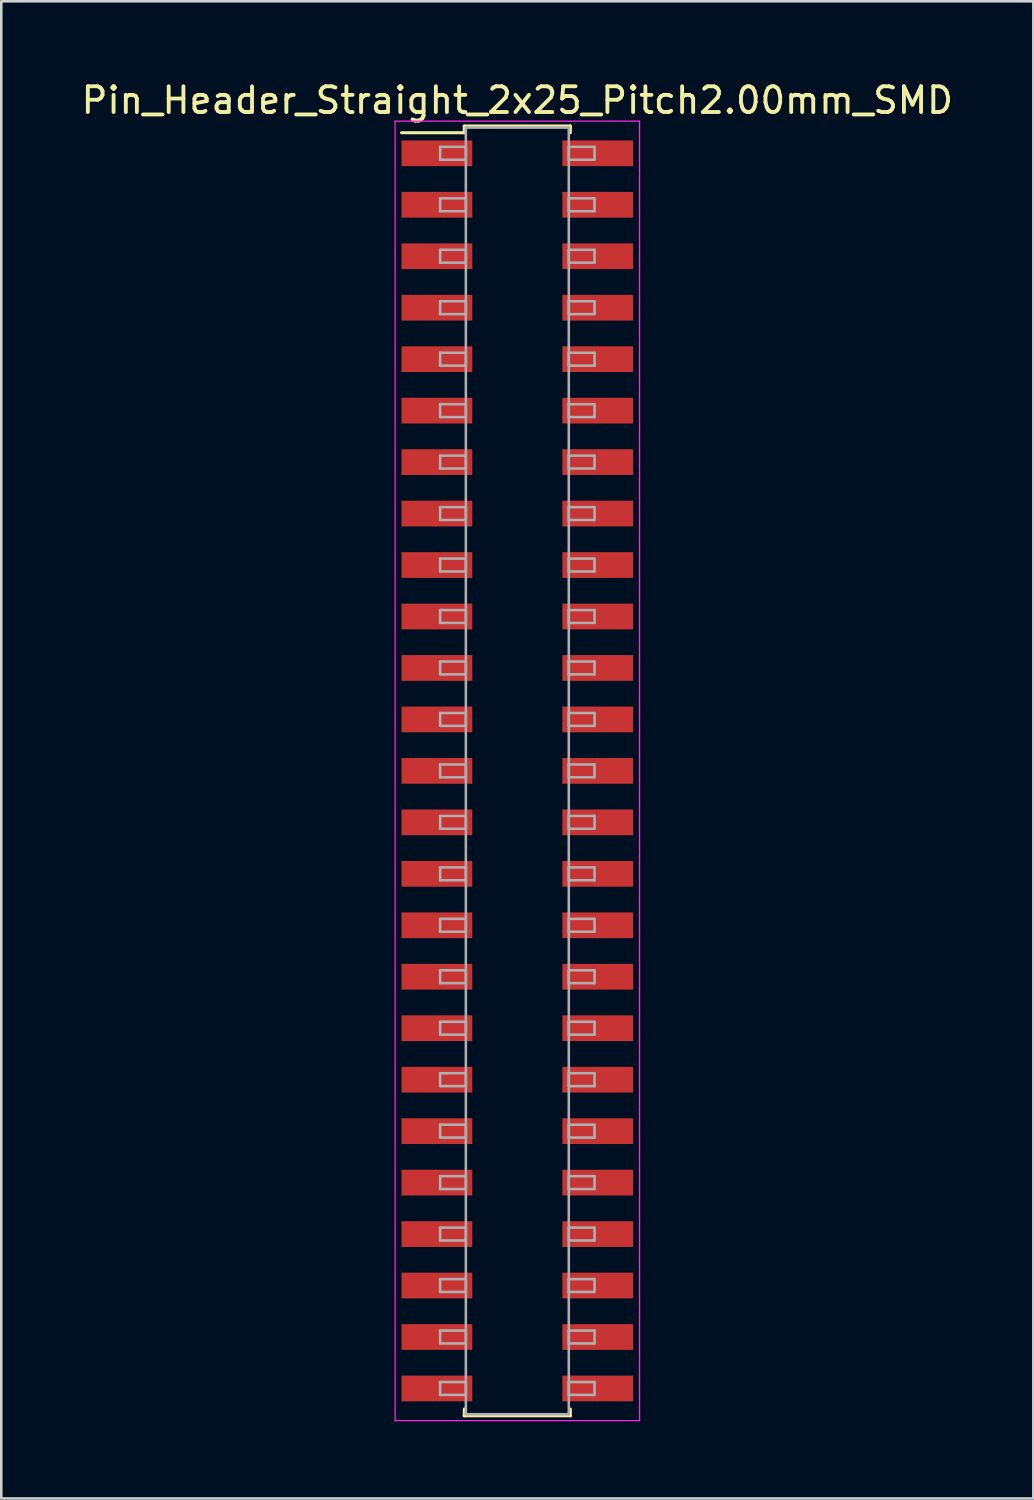
<source format=kicad_pcb>
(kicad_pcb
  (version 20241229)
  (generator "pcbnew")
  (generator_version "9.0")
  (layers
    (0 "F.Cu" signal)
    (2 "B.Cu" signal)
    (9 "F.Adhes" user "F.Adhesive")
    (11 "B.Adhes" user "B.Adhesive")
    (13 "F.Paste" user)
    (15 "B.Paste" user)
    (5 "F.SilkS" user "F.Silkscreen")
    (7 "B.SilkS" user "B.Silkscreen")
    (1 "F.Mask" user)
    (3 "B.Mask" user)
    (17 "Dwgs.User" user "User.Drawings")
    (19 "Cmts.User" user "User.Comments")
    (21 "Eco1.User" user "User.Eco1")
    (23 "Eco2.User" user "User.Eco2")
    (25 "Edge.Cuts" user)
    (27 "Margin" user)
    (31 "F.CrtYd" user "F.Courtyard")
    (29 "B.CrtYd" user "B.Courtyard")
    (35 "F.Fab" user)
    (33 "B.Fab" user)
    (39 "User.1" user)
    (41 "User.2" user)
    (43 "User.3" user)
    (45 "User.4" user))
  (footprint "Pin_Header_Straight_2x25_Pitch2.00mm_SMD"
    (layer "F.Cu")
    (at 17.054 26.908)
    (property "Reference" "Pin_Header_Straight_2x25_Pitch2.00mm_SMD" (at 0 -26.06 0) (layer "F.SilkS") (effects (font (size 1 1) (thickness 0.15))))
    (attr smd)
    (fp_line (start -4.5 -24.8) (end -2.06 -24.8) (stroke (width 0.12) (type solid)) (layer "F.SilkS"))
    (fp_line (start -2.06 -25.06) (end 2.06 -25.06) (stroke (width 0.12) (type solid)) (layer "F.SilkS"))
    (fp_line (start -2.06 -24.8) (end -2.06 -25.06) (stroke (width 0.12) (type solid)) (layer "F.SilkS"))
    (fp_line (start -2.06 24.8) (end -2.06 25.06) (stroke (width 0.12) (type solid)) (layer "F.SilkS"))
    (fp_line (start -2.06 25.06) (end 2.06 25.06) (stroke (width 0.12) (type solid)) (layer "F.SilkS"))
    (fp_line (start 2.06 -25.06) (end 2.06 -24.8) (stroke (width 0.12) (type solid)) (layer "F.SilkS"))
    (fp_line (start 2.06 25.06) (end 2.06 24.8) (stroke (width 0.12) (type solid)) (layer "F.SilkS"))
    (fp_line (start -4.75 -25.25) (end -4.75 25.25) (stroke (width 0.05) (type solid)) (layer "F.CrtYd"))
    (fp_line (start -4.75 25.25) (end 4.75 25.25) (stroke (width 0.05) (type solid)) (layer "F.CrtYd"))
    (fp_line (start 4.75 -25.25) (end -4.75 -25.25) (stroke (width 0.05) (type solid)) (layer "F.CrtYd"))
    (fp_line (start 4.75 25.25) (end 4.75 -25.25) (stroke (width 0.05) (type solid)) (layer "F.CrtYd"))
    (fp_line (start -3 -24.25) (end -2 -24.25) (stroke (width 0.1) (type solid)) (layer "F.Fab"))
    (fp_line (start -3 -23.75) (end -3 -24.25) (stroke (width 0.1) (type solid)) (layer "F.Fab"))
    (fp_line (start -3 -22.25) (end -2 -22.25) (stroke (width 0.1) (type solid)) (layer "F.Fab"))
    (fp_line (start -3 -21.75) (end -3 -22.25) (stroke (width 0.1) (type solid)) (layer "F.Fab"))
    (fp_line (start -3 -20.25) (end -2 -20.25) (stroke (width 0.1) (type solid)) (layer "F.Fab"))
    (fp_line (start -3 -19.75) (end -3 -20.25) (stroke (width 0.1) (type solid)) (layer "F.Fab"))
    (fp_line (start -3 -18.25) (end -2 -18.25) (stroke (width 0.1) (type solid)) (layer "F.Fab"))
    (fp_line (start -3 -17.75) (end -3 -18.25) (stroke (width 0.1) (type solid)) (layer "F.Fab"))
    (fp_line (start -3 -16.25) (end -2 -16.25) (stroke (width 0.1) (type solid)) (layer "F.Fab"))
    (fp_line (start -3 -15.75) (end -3 -16.25) (stroke (width 0.1) (type solid)) (layer "F.Fab"))
    (fp_line (start -3 -14.25) (end -2 -14.25) (stroke (width 0.1) (type solid)) (layer "F.Fab"))
    (fp_line (start -3 -13.75) (end -3 -14.25) (stroke (width 0.1) (type solid)) (layer "F.Fab"))
    (fp_line (start -3 -12.25) (end -2 -12.25) (stroke (width 0.1) (type solid)) (layer "F.Fab"))
    (fp_line (start -3 -11.75) (end -3 -12.25) (stroke (width 0.1) (type solid)) (layer "F.Fab"))
    (fp_line (start -3 -10.25) (end -2 -10.25) (stroke (width 0.1) (type solid)) (layer "F.Fab"))
    (fp_line (start -3 -9.75) (end -3 -10.25) (stroke (width 0.1) (type solid)) (layer "F.Fab"))
    (fp_line (start -3 -8.25) (end -2 -8.25) (stroke (width 0.1) (type solid)) (layer "F.Fab"))
    (fp_line (start -3 -7.75) (end -3 -8.25) (stroke (width 0.1) (type solid)) (layer "F.Fab"))
    (fp_line (start -3 -6.25) (end -2 -6.25) (stroke (width 0.1) (type solid)) (layer "F.Fab"))
    (fp_line (start -3 -5.75) (end -3 -6.25) (stroke (width 0.1) (type solid)) (layer "F.Fab"))
    (fp_line (start -3 -4.25) (end -2 -4.25) (stroke (width 0.1) (type solid)) (layer "F.Fab"))
    (fp_line (start -3 -3.75) (end -3 -4.25) (stroke (width 0.1) (type solid)) (layer "F.Fab"))
    (fp_line (start -3 -2.25) (end -2 -2.25) (stroke (width 0.1) (type solid)) (layer "F.Fab"))
    (fp_line (start -3 -1.75) (end -3 -2.25) (stroke (width 0.1) (type solid)) (layer "F.Fab"))
    (fp_line (start -3 -0.25) (end -2 -0.25) (stroke (width 0.1) (type solid)) (layer "F.Fab"))
    (fp_line (start -3 0.25) (end -3 -0.25) (stroke (width 0.1) (type solid)) (layer "F.Fab"))
    (fp_line (start -3 1.75) (end -2 1.75) (stroke (width 0.1) (type solid)) (layer "F.Fab"))
    (fp_line (start -3 2.25) (end -3 1.75) (stroke (width 0.1) (type solid)) (layer "F.Fab"))
    (fp_line (start -3 3.75) (end -2 3.75) (stroke (width 0.1) (type solid)) (layer "F.Fab"))
    (fp_line (start -3 4.25) (end -3 3.75) (stroke (width 0.1) (type solid)) (layer "F.Fab"))
    (fp_line (start -3 5.75) (end -2 5.75) (stroke (width 0.1) (type solid)) (layer "F.Fab"))
    (fp_line (start -3 6.25) (end -3 5.75) (stroke (width 0.1) (type solid)) (layer "F.Fab"))
    (fp_line (start -3 7.75) (end -2 7.75) (stroke (width 0.1) (type solid)) (layer "F.Fab"))
    (fp_line (start -3 8.25) (end -3 7.75) (stroke (width 0.1) (type solid)) (layer "F.Fab"))
    (fp_line (start -3 9.75) (end -2 9.75) (stroke (width 0.1) (type solid)) (layer "F.Fab"))
    (fp_line (start -3 10.25) (end -3 9.75) (stroke (width 0.1) (type solid)) (layer "F.Fab"))
    (fp_line (start -3 11.75) (end -2 11.75) (stroke (width 0.1) (type solid)) (layer "F.Fab"))
    (fp_line (start -3 12.25) (end -3 11.75) (stroke (width 0.1) (type solid)) (layer "F.Fab"))
    (fp_line (start -3 13.75) (end -2 13.75) (stroke (width 0.1) (type solid)) (layer "F.Fab"))
    (fp_line (start -3 14.25) (end -3 13.75) (stroke (width 0.1) (type solid)) (layer "F.Fab"))
    (fp_line (start -3 15.75) (end -2 15.75) (stroke (width 0.1) (type solid)) (layer "F.Fab"))
    (fp_line (start -3 16.25) (end -3 15.75) (stroke (width 0.1) (type solid)) (layer "F.Fab"))
    (fp_line (start -3 17.75) (end -2 17.75) (stroke (width 0.1) (type solid)) (layer "F.Fab"))
    (fp_line (start -3 18.25) (end -3 17.75) (stroke (width 0.1) (type solid)) (layer "F.Fab"))
    (fp_line (start -3 19.75) (end -2 19.75) (stroke (width 0.1) (type solid)) (layer "F.Fab"))
    (fp_line (start -3 20.25) (end -3 19.75) (stroke (width 0.1) (type solid)) (layer "F.Fab"))
    (fp_line (start -3 21.75) (end -2 21.75) (stroke (width 0.1) (type solid)) (layer "F.Fab"))
    (fp_line (start -3 22.25) (end -3 21.75) (stroke (width 0.1) (type solid)) (layer "F.Fab"))
    (fp_line (start -3 23.75) (end -2 23.75) (stroke (width 0.1) (type solid)) (layer "F.Fab"))
    (fp_line (start -3 24.25) (end -3 23.75) (stroke (width 0.1) (type solid)) (layer "F.Fab"))
    (fp_line (start -2 -25) (end -2 25) (stroke (width 0.1) (type solid)) (layer "F.Fab"))
    (fp_line (start -2 -24.25) (end -2 -23.75) (stroke (width 0.1) (type solid)) (layer "F.Fab"))
    (fp_line (start -2 -23.75) (end -3 -23.75) (stroke (width 0.1) (type solid)) (layer "F.Fab"))
    (fp_line (start -2 -22.25) (end -2 -21.75) (stroke (width 0.1) (type solid)) (layer "F.Fab"))
    (fp_line (start -2 -21.75) (end -3 -21.75) (stroke (width 0.1) (type solid)) (layer "F.Fab"))
    (fp_line (start -2 -20.25) (end -2 -19.75) (stroke (width 0.1) (type solid)) (layer "F.Fab"))
    (fp_line (start -2 -19.75) (end -3 -19.75) (stroke (width 0.1) (type solid)) (layer "F.Fab"))
    (fp_line (start -2 -18.25) (end -2 -17.75) (stroke (width 0.1) (type solid)) (layer "F.Fab"))
    (fp_line (start -2 -17.75) (end -3 -17.75) (stroke (width 0.1) (type solid)) (layer "F.Fab"))
    (fp_line (start -2 -16.25) (end -2 -15.75) (stroke (width 0.1) (type solid)) (layer "F.Fab"))
    (fp_line (start -2 -15.75) (end -3 -15.75) (stroke (width 0.1) (type solid)) (layer "F.Fab"))
    (fp_line (start -2 -14.25) (end -2 -13.75) (stroke (width 0.1) (type solid)) (layer "F.Fab"))
    (fp_line (start -2 -13.75) (end -3 -13.75) (stroke (width 0.1) (type solid)) (layer "F.Fab"))
    (fp_line (start -2 -12.25) (end -2 -11.75) (stroke (width 0.1) (type solid)) (layer "F.Fab"))
    (fp_line (start -2 -11.75) (end -3 -11.75) (stroke (width 0.1) (type solid)) (layer "F.Fab"))
    (fp_line (start -2 -10.25) (end -2 -9.75) (stroke (width 0.1) (type solid)) (layer "F.Fab"))
    (fp_line (start -2 -9.75) (end -3 -9.75) (stroke (width 0.1) (type solid)) (layer "F.Fab"))
    (fp_line (start -2 -8.25) (end -2 -7.75) (stroke (width 0.1) (type solid)) (layer "F.Fab"))
    (fp_line (start -2 -7.75) (end -3 -7.75) (stroke (width 0.1) (type solid)) (layer "F.Fab"))
    (fp_line (start -2 -6.25) (end -2 -5.75) (stroke (width 0.1) (type solid)) (layer "F.Fab"))
    (fp_line (start -2 -5.75) (end -3 -5.75) (stroke (width 0.1) (type solid)) (layer "F.Fab"))
    (fp_line (start -2 -4.25) (end -2 -3.75) (stroke (width 0.1) (type solid)) (layer "F.Fab"))
    (fp_line (start -2 -3.75) (end -3 -3.75) (stroke (width 0.1) (type solid)) (layer "F.Fab"))
    (fp_line (start -2 -2.25) (end -2 -1.75) (stroke (width 0.1) (type solid)) (layer "F.Fab"))
    (fp_line (start -2 -1.75) (end -3 -1.75) (stroke (width 0.1) (type solid)) (layer "F.Fab"))
    (fp_line (start -2 -0.25) (end -2 0.25) (stroke (width 0.1) (type solid)) (layer "F.Fab"))
    (fp_line (start -2 0.25) (end -3 0.25) (stroke (width 0.1) (type solid)) (layer "F.Fab"))
    (fp_line (start -2 1.75) (end -2 2.25) (stroke (width 0.1) (type solid)) (layer "F.Fab"))
    (fp_line (start -2 2.25) (end -3 2.25) (stroke (width 0.1) (type solid)) (layer "F.Fab"))
    (fp_line (start -2 3.75) (end -2 4.25) (stroke (width 0.1) (type solid)) (layer "F.Fab"))
    (fp_line (start -2 4.25) (end -3 4.25) (stroke (width 0.1) (type solid)) (layer "F.Fab"))
    (fp_line (start -2 5.75) (end -2 6.25) (stroke (width 0.1) (type solid)) (layer "F.Fab"))
    (fp_line (start -2 6.25) (end -3 6.25) (stroke (width 0.1) (type solid)) (layer "F.Fab"))
    (fp_line (start -2 7.75) (end -2 8.25) (stroke (width 0.1) (type solid)) (layer "F.Fab"))
    (fp_line (start -2 8.25) (end -3 8.25) (stroke (width 0.1) (type solid)) (layer "F.Fab"))
    (fp_line (start -2 9.75) (end -2 10.25) (stroke (width 0.1) (type solid)) (layer "F.Fab"))
    (fp_line (start -2 10.25) (end -3 10.25) (stroke (width 0.1) (type solid)) (layer "F.Fab"))
    (fp_line (start -2 11.75) (end -2 12.25) (stroke (width 0.1) (type solid)) (layer "F.Fab"))
    (fp_line (start -2 12.25) (end -3 12.25) (stroke (width 0.1) (type solid)) (layer "F.Fab"))
    (fp_line (start -2 13.75) (end -2 14.25) (stroke (width 0.1) (type solid)) (layer "F.Fab"))
    (fp_line (start -2 14.25) (end -3 14.25) (stroke (width 0.1) (type solid)) (layer "F.Fab"))
    (fp_line (start -2 15.75) (end -2 16.25) (stroke (width 0.1) (type solid)) (layer "F.Fab"))
    (fp_line (start -2 16.25) (end -3 16.25) (stroke (width 0.1) (type solid)) (layer "F.Fab"))
    (fp_line (start -2 17.75) (end -2 18.25) (stroke (width 0.1) (type solid)) (layer "F.Fab"))
    (fp_line (start -2 18.25) (end -3 18.25) (stroke (width 0.1) (type solid)) (layer "F.Fab"))
    (fp_line (start -2 19.75) (end -2 20.25) (stroke (width 0.1) (type solid)) (layer "F.Fab"))
    (fp_line (start -2 20.25) (end -3 20.25) (stroke (width 0.1) (type solid)) (layer "F.Fab"))
    (fp_line (start -2 21.75) (end -2 22.25) (stroke (width 0.1) (type solid)) (layer "F.Fab"))
    (fp_line (start -2 22.25) (end -3 22.25) (stroke (width 0.1) (type solid)) (layer "F.Fab"))
    (fp_line (start -2 23.75) (end -2 24.25) (stroke (width 0.1) (type solid)) (layer "F.Fab"))
    (fp_line (start -2 24.25) (end -3 24.25) (stroke (width 0.1) (type solid)) (layer "F.Fab"))
    (fp_line (start -2 25) (end 2 25) (stroke (width 0.1) (type solid)) (layer "F.Fab"))
    (fp_line (start 2 -25) (end -2 -25) (stroke (width 0.1) (type solid)) (layer "F.Fab"))
    (fp_line (start 2 -24.25) (end 2 -23.75) (stroke (width 0.1) (type solid)) (layer "F.Fab"))
    (fp_line (start 2 -23.75) (end 3 -23.75) (stroke (width 0.1) (type solid)) (layer "F.Fab"))
    (fp_line (start 2 -22.25) (end 2 -21.75) (stroke (width 0.1) (type solid)) (layer "F.Fab"))
    (fp_line (start 2 -21.75) (end 3 -21.75) (stroke (width 0.1) (type solid)) (layer "F.Fab"))
    (fp_line (start 2 -20.25) (end 2 -19.75) (stroke (width 0.1) (type solid)) (layer "F.Fab"))
    (fp_line (start 2 -19.75) (end 3 -19.75) (stroke (width 0.1) (type solid)) (layer "F.Fab"))
    (fp_line (start 2 -18.25) (end 2 -17.75) (stroke (width 0.1) (type solid)) (layer "F.Fab"))
    (fp_line (start 2 -17.75) (end 3 -17.75) (stroke (width 0.1) (type solid)) (layer "F.Fab"))
    (fp_line (start 2 -16.25) (end 2 -15.75) (stroke (width 0.1) (type solid)) (layer "F.Fab"))
    (fp_line (start 2 -15.75) (end 3 -15.75) (stroke (width 0.1) (type solid)) (layer "F.Fab"))
    (fp_line (start 2 -14.25) (end 2 -13.75) (stroke (width 0.1) (type solid)) (layer "F.Fab"))
    (fp_line (start 2 -13.75) (end 3 -13.75) (stroke (width 0.1) (type solid)) (layer "F.Fab"))
    (fp_line (start 2 -12.25) (end 2 -11.75) (stroke (width 0.1) (type solid)) (layer "F.Fab"))
    (fp_line (start 2 -11.75) (end 3 -11.75) (stroke (width 0.1) (type solid)) (layer "F.Fab"))
    (fp_line (start 2 -10.25) (end 2 -9.75) (stroke (width 0.1) (type solid)) (layer "F.Fab"))
    (fp_line (start 2 -9.75) (end 3 -9.75) (stroke (width 0.1) (type solid)) (layer "F.Fab"))
    (fp_line (start 2 -8.25) (end 2 -7.75) (stroke (width 0.1) (type solid)) (layer "F.Fab"))
    (fp_line (start 2 -7.75) (end 3 -7.75) (stroke (width 0.1) (type solid)) (layer "F.Fab"))
    (fp_line (start 2 -6.25) (end 2 -5.75) (stroke (width 0.1) (type solid)) (layer "F.Fab"))
    (fp_line (start 2 -5.75) (end 3 -5.75) (stroke (width 0.1) (type solid)) (layer "F.Fab"))
    (fp_line (start 2 -4.25) (end 2 -3.75) (stroke (width 0.1) (type solid)) (layer "F.Fab"))
    (fp_line (start 2 -3.75) (end 3 -3.75) (stroke (width 0.1) (type solid)) (layer "F.Fab"))
    (fp_line (start 2 -2.25) (end 2 -1.75) (stroke (width 0.1) (type solid)) (layer "F.Fab"))
    (fp_line (start 2 -1.75) (end 3 -1.75) (stroke (width 0.1) (type solid)) (layer "F.Fab"))
    (fp_line (start 2 -0.25) (end 2 0.25) (stroke (width 0.1) (type solid)) (layer "F.Fab"))
    (fp_line (start 2 0.25) (end 3 0.25) (stroke (width 0.1) (type solid)) (layer "F.Fab"))
    (fp_line (start 2 1.75) (end 2 2.25) (stroke (width 0.1) (type solid)) (layer "F.Fab"))
    (fp_line (start 2 2.25) (end 3 2.25) (stroke (width 0.1) (type solid)) (layer "F.Fab"))
    (fp_line (start 2 3.75) (end 2 4.25) (stroke (width 0.1) (type solid)) (layer "F.Fab"))
    (fp_line (start 2 4.25) (end 3 4.25) (stroke (width 0.1) (type solid)) (layer "F.Fab"))
    (fp_line (start 2 5.75) (end 2 6.25) (stroke (width 0.1) (type solid)) (layer "F.Fab"))
    (fp_line (start 2 6.25) (end 3 6.25) (stroke (width 0.1) (type solid)) (layer "F.Fab"))
    (fp_line (start 2 7.75) (end 2 8.25) (stroke (width 0.1) (type solid)) (layer "F.Fab"))
    (fp_line (start 2 8.25) (end 3 8.25) (stroke (width 0.1) (type solid)) (layer "F.Fab"))
    (fp_line (start 2 9.75) (end 2 10.25) (stroke (width 0.1) (type solid)) (layer "F.Fab"))
    (fp_line (start 2 10.25) (end 3 10.25) (stroke (width 0.1) (type solid)) (layer "F.Fab"))
    (fp_line (start 2 11.75) (end 2 12.25) (stroke (width 0.1) (type solid)) (layer "F.Fab"))
    (fp_line (start 2 12.25) (end 3 12.25) (stroke (width 0.1) (type solid)) (layer "F.Fab"))
    (fp_line (start 2 13.75) (end 2 14.25) (stroke (width 0.1) (type solid)) (layer "F.Fab"))
    (fp_line (start 2 14.25) (end 3 14.25) (stroke (width 0.1) (type solid)) (layer "F.Fab"))
    (fp_line (start 2 15.75) (end 2 16.25) (stroke (width 0.1) (type solid)) (layer "F.Fab"))
    (fp_line (start 2 16.25) (end 3 16.25) (stroke (width 0.1) (type solid)) (layer "F.Fab"))
    (fp_line (start 2 17.75) (end 2 18.25) (stroke (width 0.1) (type solid)) (layer "F.Fab"))
    (fp_line (start 2 18.25) (end 3 18.25) (stroke (width 0.1) (type solid)) (layer "F.Fab"))
    (fp_line (start 2 19.75) (end 2 20.25) (stroke (width 0.1) (type solid)) (layer "F.Fab"))
    (fp_line (start 2 20.25) (end 3 20.25) (stroke (width 0.1) (type solid)) (layer "F.Fab"))
    (fp_line (start 2 21.75) (end 2 22.25) (stroke (width 0.1) (type solid)) (layer "F.Fab"))
    (fp_line (start 2 22.25) (end 3 22.25) (stroke (width 0.1) (type solid)) (layer "F.Fab"))
    (fp_line (start 2 23.75) (end 2 24.25) (stroke (width 0.1) (type solid)) (layer "F.Fab"))
    (fp_line (start 2 24.25) (end 3 24.25) (stroke (width 0.1) (type solid)) (layer "F.Fab"))
    (fp_line (start 2 25) (end 2 -25) (stroke (width 0.1) (type solid)) (layer "F.Fab"))
    (fp_line (start 3 -24.25) (end 2 -24.25) (stroke (width 0.1) (type solid)) (layer "F.Fab"))
    (fp_line (start 3 -23.75) (end 3 -24.25) (stroke (width 0.1) (type solid)) (layer "F.Fab"))
    (fp_line (start 3 -22.25) (end 2 -22.25) (stroke (width 0.1) (type solid)) (layer "F.Fab"))
    (fp_line (start 3 -21.75) (end 3 -22.25) (stroke (width 0.1) (type solid)) (layer "F.Fab"))
    (fp_line (start 3 -20.25) (end 2 -20.25) (stroke (width 0.1) (type solid)) (layer "F.Fab"))
    (fp_line (start 3 -19.75) (end 3 -20.25) (stroke (width 0.1) (type solid)) (layer "F.Fab"))
    (fp_line (start 3 -18.25) (end 2 -18.25) (stroke (width 0.1) (type solid)) (layer "F.Fab"))
    (fp_line (start 3 -17.75) (end 3 -18.25) (stroke (width 0.1) (type solid)) (layer "F.Fab"))
    (fp_line (start 3 -16.25) (end 2 -16.25) (stroke (width 0.1) (type solid)) (layer "F.Fab"))
    (fp_line (start 3 -15.75) (end 3 -16.25) (stroke (width 0.1) (type solid)) (layer "F.Fab"))
    (fp_line (start 3 -14.25) (end 2 -14.25) (stroke (width 0.1) (type solid)) (layer "F.Fab"))
    (fp_line (start 3 -13.75) (end 3 -14.25) (stroke (width 0.1) (type solid)) (layer "F.Fab"))
    (fp_line (start 3 -12.25) (end 2 -12.25) (stroke (width 0.1) (type solid)) (layer "F.Fab"))
    (fp_line (start 3 -11.75) (end 3 -12.25) (stroke (width 0.1) (type solid)) (layer "F.Fab"))
    (fp_line (start 3 -10.25) (end 2 -10.25) (stroke (width 0.1) (type solid)) (layer "F.Fab"))
    (fp_line (start 3 -9.75) (end 3 -10.25) (stroke (width 0.1) (type solid)) (layer "F.Fab"))
    (fp_line (start 3 -8.25) (end 2 -8.25) (stroke (width 0.1) (type solid)) (layer "F.Fab"))
    (fp_line (start 3 -7.75) (end 3 -8.25) (stroke (width 0.1) (type solid)) (layer "F.Fab"))
    (fp_line (start 3 -6.25) (end 2 -6.25) (stroke (width 0.1) (type solid)) (layer "F.Fab"))
    (fp_line (start 3 -5.75) (end 3 -6.25) (stroke (width 0.1) (type solid)) (layer "F.Fab"))
    (fp_line (start 3 -4.25) (end 2 -4.25) (stroke (width 0.1) (type solid)) (layer "F.Fab"))
    (fp_line (start 3 -3.75) (end 3 -4.25) (stroke (width 0.1) (type solid)) (layer "F.Fab"))
    (fp_line (start 3 -2.25) (end 2 -2.25) (stroke (width 0.1) (type solid)) (layer "F.Fab"))
    (fp_line (start 3 -1.75) (end 3 -2.25) (stroke (width 0.1) (type solid)) (layer "F.Fab"))
    (fp_line (start 3 -0.25) (end 2 -0.25) (stroke (width 0.1) (type solid)) (layer "F.Fab"))
    (fp_line (start 3 0.25) (end 3 -0.25) (stroke (width 0.1) (type solid)) (layer "F.Fab"))
    (fp_line (start 3 1.75) (end 2 1.75) (stroke (width 0.1) (type solid)) (layer "F.Fab"))
    (fp_line (start 3 2.25) (end 3 1.75) (stroke (width 0.1) (type solid)) (layer "F.Fab"))
    (fp_line (start 3 3.75) (end 2 3.75) (stroke (width 0.1) (type solid)) (layer "F.Fab"))
    (fp_line (start 3 4.25) (end 3 3.75) (stroke (width 0.1) (type solid)) (layer "F.Fab"))
    (fp_line (start 3 5.75) (end 2 5.75) (stroke (width 0.1) (type solid)) (layer "F.Fab"))
    (fp_line (start 3 6.25) (end 3 5.75) (stroke (width 0.1) (type solid)) (layer "F.Fab"))
    (fp_line (start 3 7.75) (end 2 7.75) (stroke (width 0.1) (type solid)) (layer "F.Fab"))
    (fp_line (start 3 8.25) (end 3 7.75) (stroke (width 0.1) (type solid)) (layer "F.Fab"))
    (fp_line (start 3 9.75) (end 2 9.75) (stroke (width 0.1) (type solid)) (layer "F.Fab"))
    (fp_line (start 3 10.25) (end 3 9.75) (stroke (width 0.1) (type solid)) (layer "F.Fab"))
    (fp_line (start 3 11.75) (end 2 11.75) (stroke (width 0.1) (type solid)) (layer "F.Fab"))
    (fp_line (start 3 12.25) (end 3 11.75) (stroke (width 0.1) (type solid)) (layer "F.Fab"))
    (fp_line (start 3 13.75) (end 2 13.75) (stroke (width 0.1) (type solid)) (layer "F.Fab"))
    (fp_line (start 3 14.25) (end 3 13.75) (stroke (width 0.1) (type solid)) (layer "F.Fab"))
    (fp_line (start 3 15.75) (end 2 15.75) (stroke (width 0.1) (type solid)) (layer "F.Fab"))
    (fp_line (start 3 16.25) (end 3 15.75) (stroke (width 0.1) (type solid)) (layer "F.Fab"))
    (fp_line (start 3 17.75) (end 2 17.75) (stroke (width 0.1) (type solid)) (layer "F.Fab"))
    (fp_line (start 3 18.25) (end 3 17.75) (stroke (width 0.1) (type solid)) (layer "F.Fab"))
    (fp_line (start 3 19.75) (end 2 19.75) (stroke (width 0.1) (type solid)) (layer "F.Fab"))
    (fp_line (start 3 20.25) (end 3 19.75) (stroke (width 0.1) (type solid)) (layer "F.Fab"))
    (fp_line (start 3 21.75) (end 2 21.75) (stroke (width 0.1) (type solid)) (layer "F.Fab"))
    (fp_line (start 3 22.25) (end 3 21.75) (stroke (width 0.1) (type solid)) (layer "F.Fab"))
    (fp_line (start 3 23.75) (end 2 23.75) (stroke (width 0.1) (type solid)) (layer "F.Fab"))
    (fp_line (start 3 24.25) (end 3 23.75) (stroke (width 0.1) (type solid)) (layer "F.Fab"))
    (pad "1" smd rect (at -3.125 -24) (size 2.75 1) (layers "F.Cu" "F.Mask"))
    (pad "2" smd rect (at 3.125 -24) (size 2.75 1) (layers "F.Cu" "F.Mask"))
    (pad "3" smd rect (at -3.125 -22) (size 2.75 1) (layers "F.Cu" "F.Mask"))
    (pad "4" smd rect (at 3.125 -22) (size 2.75 1) (layers "F.Cu" "F.Mask"))
    (pad "5" smd rect (at -3.125 -20) (size 2.75 1) (layers "F.Cu" "F.Mask"))
    (pad "6" smd rect (at 3.125 -20) (size 2.75 1) (layers "F.Cu" "F.Mask"))
    (pad "7" smd rect (at -3.125 -18) (size 2.75 1) (layers "F.Cu" "F.Mask"))
    (pad "8" smd rect (at 3.125 -18) (size 2.75 1) (layers "F.Cu" "F.Mask"))
    (pad "9" smd rect (at -3.125 -16) (size 2.75 1) (layers "F.Cu" "F.Mask"))
    (pad "10" smd rect (at 3.125 -16) (size 2.75 1) (layers "F.Cu" "F.Mask"))
    (pad "11" smd rect (at -3.125 -14) (size 2.75 1) (layers "F.Cu" "F.Mask"))
    (pad "12" smd rect (at 3.125 -14) (size 2.75 1) (layers "F.Cu" "F.Mask"))
    (pad "13" smd rect (at -3.125 -12) (size 2.75 1) (layers "F.Cu" "F.Mask"))
    (pad "14" smd rect (at 3.125 -12) (size 2.75 1) (layers "F.Cu" "F.Mask"))
    (pad "15" smd rect (at -3.125 -10) (size 2.75 1) (layers "F.Cu" "F.Mask"))
    (pad "16" smd rect (at 3.125 -10) (size 2.75 1) (layers "F.Cu" "F.Mask"))
    (pad "17" smd rect (at -3.125 -8) (size 2.75 1) (layers "F.Cu" "F.Mask"))
    (pad "18" smd rect (at 3.125 -8) (size 2.75 1) (layers "F.Cu" "F.Mask"))
    (pad "19" smd rect (at -3.125 -6) (size 2.75 1) (layers "F.Cu" "F.Mask"))
    (pad "20" smd rect (at 3.125 -6) (size 2.75 1) (layers "F.Cu" "F.Mask"))
    (pad "21" smd rect (at -3.125 -4) (size 2.75 1) (layers "F.Cu" "F.Mask"))
    (pad "22" smd rect (at 3.125 -4) (size 2.75 1) (layers "F.Cu" "F.Mask"))
    (pad "23" smd rect (at -3.125 -2) (size 2.75 1) (layers "F.Cu" "F.Mask"))
    (pad "24" smd rect (at 3.125 -2) (size 2.75 1) (layers "F.Cu" "F.Mask"))
    (pad "25" smd rect (at -3.125 0) (size 2.75 1) (layers "F.Cu" "F.Mask"))
    (pad "26" smd rect (at 3.125 0) (size 2.75 1) (layers "F.Cu" "F.Mask"))
    (pad "27" smd rect (at -3.125 2) (size 2.75 1) (layers "F.Cu" "F.Mask"))
    (pad "28" smd rect (at 3.125 2) (size 2.75 1) (layers "F.Cu" "F.Mask"))
    (pad "29" smd rect (at -3.125 4) (size 2.75 1) (layers "F.Cu" "F.Mask"))
    (pad "30" smd rect (at 3.125 4) (size 2.75 1) (layers "F.Cu" "F.Mask"))
    (pad "31" smd rect (at -3.125 6) (size 2.75 1) (layers "F.Cu" "F.Mask"))
    (pad "32" smd rect (at 3.125 6) (size 2.75 1) (layers "F.Cu" "F.Mask"))
    (pad "33" smd rect (at -3.125 8) (size 2.75 1) (layers "F.Cu" "F.Mask"))
    (pad "34" smd rect (at 3.125 8) (size 2.75 1) (layers "F.Cu" "F.Mask"))
    (pad "35" smd rect (at -3.125 10) (size 2.75 1) (layers "F.Cu" "F.Mask"))
    (pad "36" smd rect (at 3.125 10) (size 2.75 1) (layers "F.Cu" "F.Mask"))
    (pad "37" smd rect (at -3.125 12) (size 2.75 1) (layers "F.Cu" "F.Mask"))
    (pad "38" smd rect (at 3.125 12) (size 2.75 1) (layers "F.Cu" "F.Mask"))
    (pad "39" smd rect (at -3.125 14) (size 2.75 1) (layers "F.Cu" "F.Mask"))
    (pad "40" smd rect (at 3.125 14) (size 2.75 1) (layers "F.Cu" "F.Mask"))
    (pad "41" smd rect (at -3.125 16) (size 2.75 1) (layers "F.Cu" "F.Mask"))
    (pad "42" smd rect (at 3.125 16) (size 2.75 1) (layers "F.Cu" "F.Mask"))
    (pad "43" smd rect (at -3.125 18) (size 2.75 1) (layers "F.Cu" "F.Mask"))
    (pad "44" smd rect (at 3.125 18) (size 2.75 1) (layers "F.Cu" "F.Mask"))
    (pad "45" smd rect (at -3.125 20) (size 2.75 1) (layers "F.Cu" "F.Mask"))
    (pad "46" smd rect (at 3.125 20) (size 2.75 1) (layers "F.Cu" "F.Mask"))
    (pad "47" smd rect (at -3.125 22) (size 2.75 1) (layers "F.Cu" "F.Mask"))
    (pad "48" smd rect (at 3.125 22) (size 2.75 1) (layers "F.Cu" "F.Mask"))
    (pad "49" smd rect (at -3.125 24) (size 2.75 1) (layers "F.Cu" "F.Mask"))
    (pad "50" smd rect (at 3.125 24) (size 2.75 1) (layers "F.Cu" "F.Mask")))
  (gr_rect
    (start -3 -3)
    (end 37.107 55.183)
    (stroke (width 0.1) (type default))
    (fill no)
    (layer "Edge.Cuts")))
</source>
